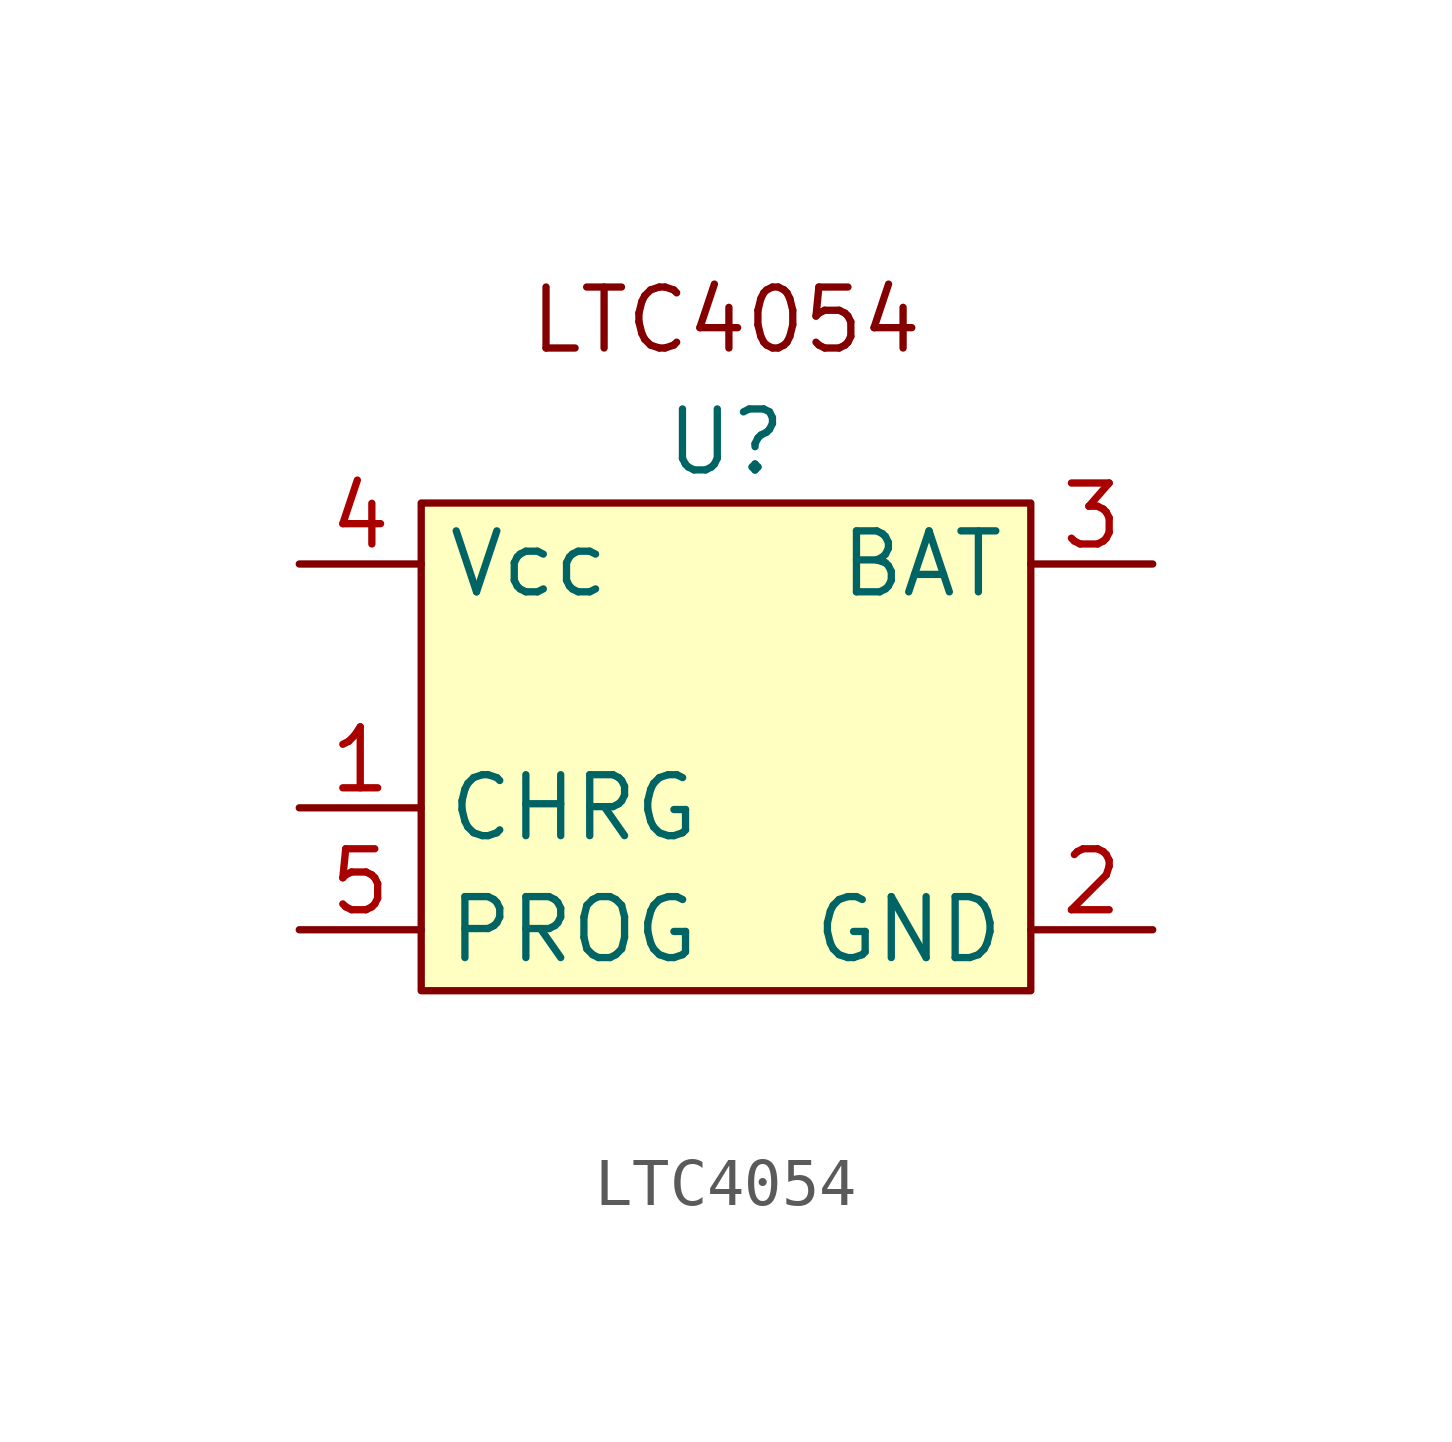
<source format=kicad_sym>
(kicad_symbol_lib
  (version 20220914)
  (generator kicad_symbol_editor)
  (symbol "LTC4054"
    (property "Reference" "U"
      (at 0 12.7 0)
      (effects (font (size 1.27 1.27))))
    (property "Value" ""
      (at 0 0 0)
      (effects (font (size 1.27 1.27))))
    (symbol "LTC4054_1_1"
      (rectangle (start -6.35 11.43) (end 6.35 1.27) (stroke (width 0) (type default)) (fill (type background)))
      (text "LTC4054" (at 0 15.24 0) (effects (font (size 1.27 1.27))))
      (pin bidirectional line (at -8.89 5.08 0) (length 2.54) (name "CHRG" (effects (font (size 1.27 1.27)))) (number "1" (effects (font (size 1.27 1.27)))))
      (pin bidirectional line (at 8.89 2.54 180) (length 2.54) (name "GND" (effects (font (size 1.27 1.27)))) (number "2" (effects (font (size 1.27 1.27)))))
      (pin bidirectional line (at 8.89 10.16 180) (length 2.54) (name "BAT" (effects (font (size 1.27 1.27)))) (number "3" (effects (font (size 1.27 1.27)))))
      (pin bidirectional line (at -8.89 10.16 0) (length 2.54) (name "Vcc" (effects (font (size 1.27 1.27)))) (number "4" (effects (font (size 1.27 1.27)))))
      (pin bidirectional line (at -8.89 2.54 0) (length 2.54) (name "PROG" (effects (font (size 1.27 1.27)))) (number "5" (effects (font (size 1.27 1.27))))))))
</source>
